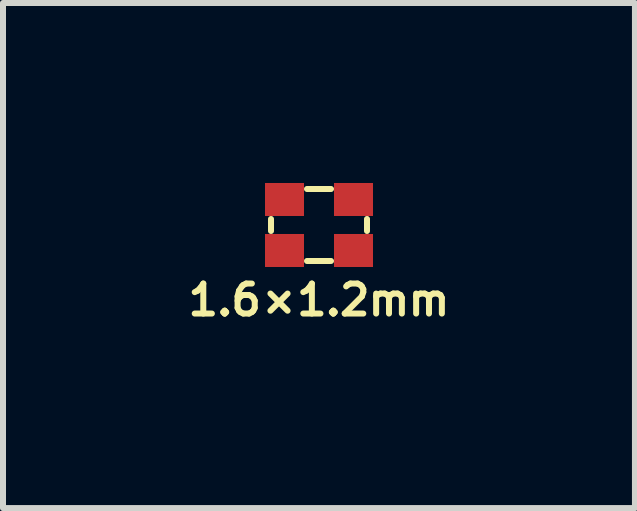
<source format=kicad_pcb>
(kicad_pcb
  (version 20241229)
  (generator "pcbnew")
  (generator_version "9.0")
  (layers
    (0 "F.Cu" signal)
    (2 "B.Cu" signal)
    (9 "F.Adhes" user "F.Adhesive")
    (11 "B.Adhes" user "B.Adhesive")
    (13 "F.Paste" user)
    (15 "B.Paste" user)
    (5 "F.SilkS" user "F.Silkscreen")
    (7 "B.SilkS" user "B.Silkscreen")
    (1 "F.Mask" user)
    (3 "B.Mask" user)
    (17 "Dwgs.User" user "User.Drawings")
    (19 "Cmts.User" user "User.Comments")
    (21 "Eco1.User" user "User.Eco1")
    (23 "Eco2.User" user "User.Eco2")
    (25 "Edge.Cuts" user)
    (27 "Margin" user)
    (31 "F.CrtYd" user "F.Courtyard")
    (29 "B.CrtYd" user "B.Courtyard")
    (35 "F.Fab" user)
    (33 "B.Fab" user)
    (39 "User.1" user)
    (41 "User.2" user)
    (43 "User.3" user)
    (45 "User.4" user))
  (footprint "1.6×1.2mm"
    (layer "F.Cu")
    (at 2.267 0.7)
    (property "Reference" "1.6×1.2mm" (at 0 1.25 0) (layer "F.SilkS") (effects (font (size 0.5 0.5) (thickness 0.1))))
    (attr through_hole)
    (fp_line (start -0.8 -0.1) (end -0.8 0.1) (stroke (width 0.1) (type solid)) (layer "F.SilkS"))
    (fp_line (start -0.2 0.6) (end 0.2 0.6) (stroke (width 0.1) (type solid)) (layer "F.SilkS"))
    (fp_line (start 0.2 -0.6) (end -0.2 -0.6) (stroke (width 0.1) (type solid)) (layer "F.SilkS"))
    (fp_line (start 0.8 0.1) (end 0.8 -0.1) (stroke (width 0.1) (type solid)) (layer "F.SilkS"))
    (pad "1" smd rect (at -0.575 0.425) (size 0.65 0.55) (layers "F.Cu" "F.Mask" "F.Paste"))
    (pad "2" smd rect (at 0.575 0.425) (size 0.65 0.55) (layers "F.Cu" "F.Mask" "F.Paste"))
    (pad "3" smd rect (at 0.575 -0.425) (size 0.65 0.55) (layers "F.Cu" "F.Mask" "F.Paste"))
    (pad "4" smd rect (at -0.575 -0.425) (size 0.65 0.55) (layers "F.Cu" "F.Mask" "F.Paste")))
  (gr_rect
    (start -3 -3)
    (end 7.533 5.418)
    (stroke (width 0.1) (type default))
    (fill no)
    (layer "Edge.Cuts")))
</source>
